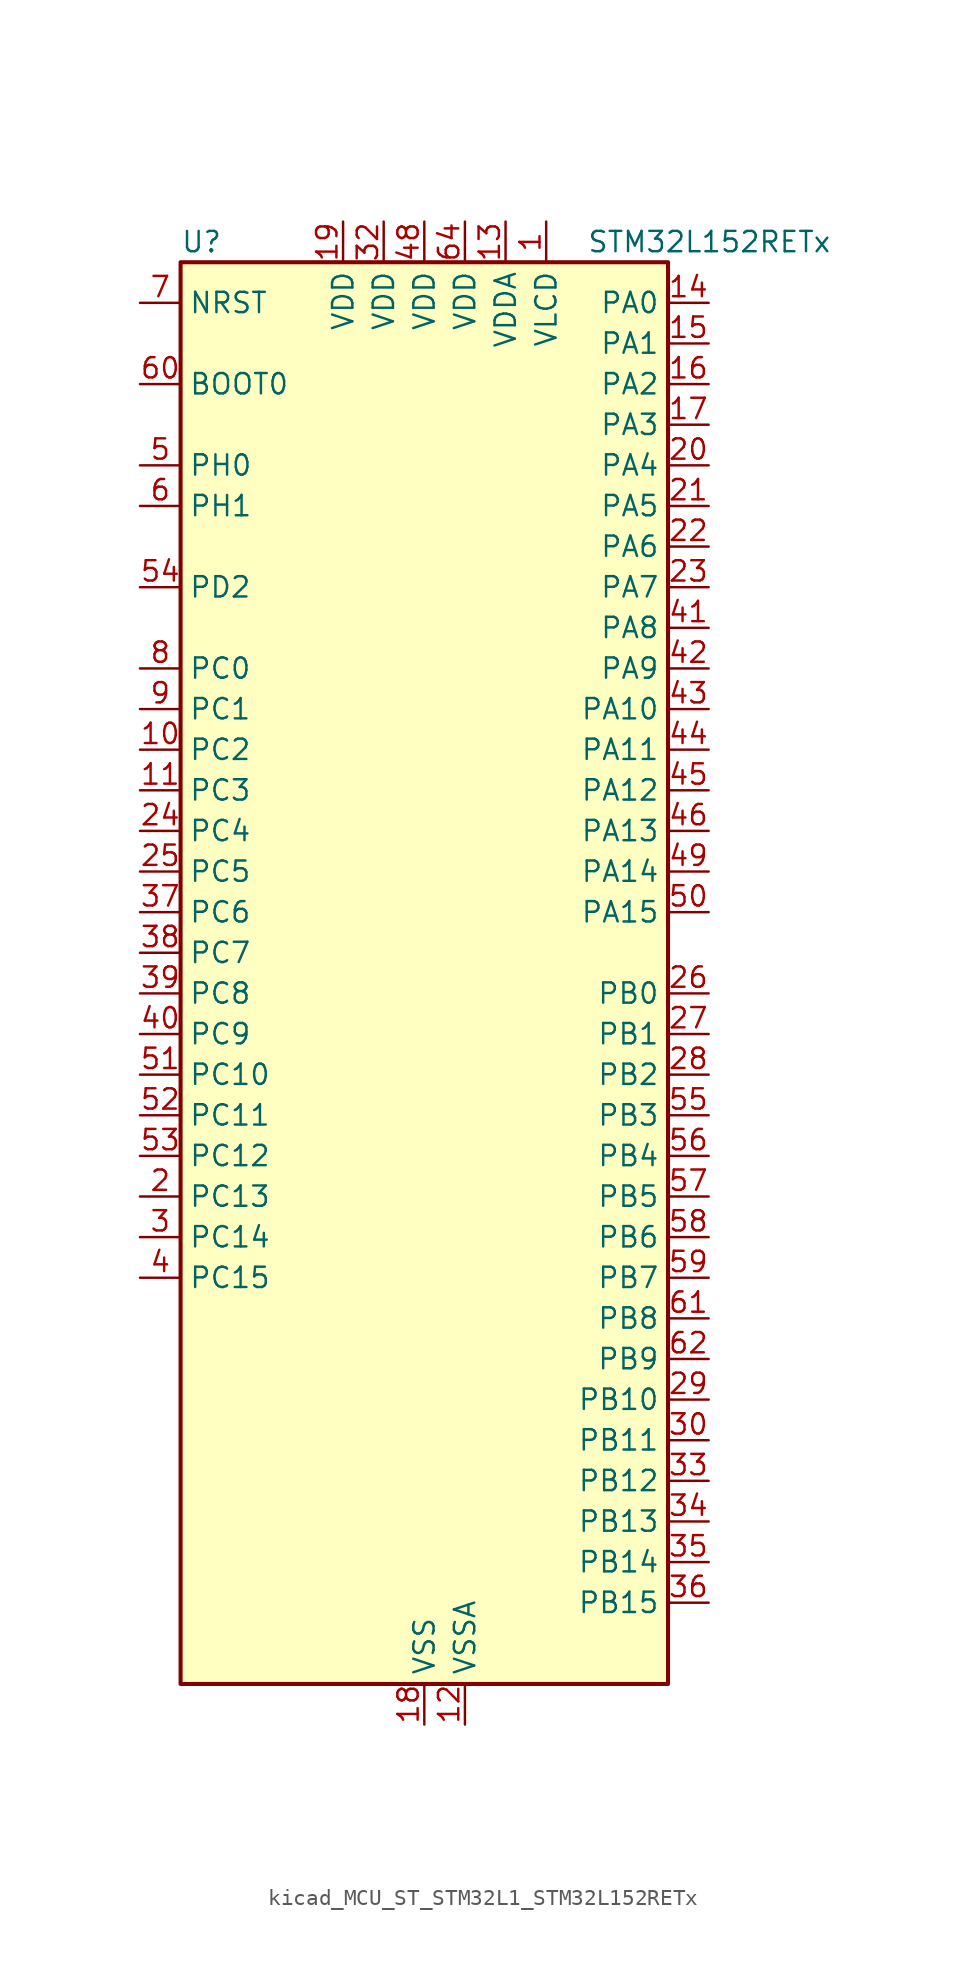
<source format=kicad_sym>
(kicad_symbol_lib
  (version 20220914)
  (generator kicad_symbol_editor)
  (symbol "kicad_MCU_ST_STM32L1_STM32L152RETx"
    (property "Reference" "U"
      (at -15.24 46.99 0)
      (effects (font (size 1.27 1.27)) (justify left)))
    (property "Value" "STM32L152RETx"
      (at 10.16 46.99 0)
      (effects (font (size 1.27 1.27)) (justify left)))
    (property "ki_locked" ""
      (at 0 0 0)
      (effects (font (size 1.27 1.27))))
    (symbol "kicad_MCU_ST_STM32L1_STM32L152RETx_0_1"
      (rectangle (start -15.24 -43.18) (end 15.24 45.72) (stroke (width 0.254) (type default)) (fill (type background))))
    (symbol "kicad_MCU_ST_STM32L1_STM32L152RETx_1_1"
      (pin power_in line (at 7.62 48.26 270) (length 2.54) (name "VLCD" (effects (font (size 1.27 1.27)))) (number "1" (effects (font (size 1.27 1.27)))))
      (pin bidirectional line (at -17.78 15.24 0) (length 2.54) (name "PC2" (effects (font (size 1.27 1.27)))) (number "10" (effects (font (size 1.27 1.27)))) (alternate "ADC_IN12" bidirectional line) (alternate "COMP1_INP" bidirectional line) (alternate "LCD_SEG20" bidirectional line) (alternate "TIMX_IC3" bidirectional line) (alternate "TS_G8_IO3" bidirectional line))
      (pin bidirectional line (at -17.78 12.7 0) (length 2.54) (name "PC3" (effects (font (size 1.27 1.27)))) (number "11" (effects (font (size 1.27 1.27)))) (alternate "ADC_IN13" bidirectional line) (alternate "COMP1_INP" bidirectional line) (alternate "LCD_SEG21" bidirectional line) (alternate "TIMX_IC4" bidirectional line) (alternate "TS_G8_IO4" bidirectional line))
      (pin power_in line (at 2.54 -45.72 90) (length 2.54) (name "VSSA" (effects (font (size 1.27 1.27)))) (number "12" (effects (font (size 1.27 1.27)))))
      (pin power_in line (at 5.08 48.26 270) (length 2.54) (name "VDDA" (effects (font (size 1.27 1.27)))) (number "13" (effects (font (size 1.27 1.27)))))
      (pin bidirectional line (at 17.78 43.18 180) (length 2.54) (name "PA0" (effects (font (size 1.27 1.27)))) (number "14" (effects (font (size 1.27 1.27)))) (alternate "ADC_IN0" bidirectional line) (alternate "COMP1_INP" bidirectional line) (alternate "RTC_TAMP2" bidirectional line) (alternate "SYS_WKUP1" bidirectional line) (alternate "TIM2_CH1" bidirectional line) (alternate "TIM2_ETR" bidirectional line) (alternate "TIM5_CH1" bidirectional line) (alternate "TIMX_IC1" bidirectional line) (alternate "TS_G1_IO1" bidirectional line) (alternate "USART2_CTS" bidirectional line))
      (pin bidirectional line (at 17.78 40.64 180) (length 2.54) (name "PA1" (effects (font (size 1.27 1.27)))) (number "15" (effects (font (size 1.27 1.27)))) (alternate "ADC_IN1" bidirectional line) (alternate "COMP1_INP" bidirectional line) (alternate "LCD_SEG0" bidirectional line) (alternate "OPAMP1_VINP" bidirectional line) (alternate "TIM2_CH2" bidirectional line) (alternate "TIM5_CH2" bidirectional line) (alternate "TIMX_IC2" bidirectional line) (alternate "TS_G1_IO2" bidirectional line) (alternate "USART2_RTS" bidirectional line))
      (pin bidirectional line (at 17.78 38.1 180) (length 2.54) (name "PA2" (effects (font (size 1.27 1.27)))) (number "16" (effects (font (size 1.27 1.27)))) (alternate "ADC_IN2" bidirectional line) (alternate "COMP1_INP" bidirectional line) (alternate "LCD_SEG1" bidirectional line) (alternate "OPAMP1_VINM" bidirectional line) (alternate "TIM2_CH3" bidirectional line) (alternate "TIM5_CH3" bidirectional line) (alternate "TIM9_CH1" bidirectional line) (alternate "TIMX_IC3" bidirectional line) (alternate "TS_G1_IO3" bidirectional line) (alternate "USART2_TX" bidirectional line))
      (pin bidirectional line (at 17.78 35.56 180) (length 2.54) (name "PA3" (effects (font (size 1.27 1.27)))) (number "17" (effects (font (size 1.27 1.27)))) (alternate "ADC_IN3" bidirectional line) (alternate "COMP1_INP" bidirectional line) (alternate "LCD_SEG2" bidirectional line) (alternate "OPAMP1_VOUT" bidirectional line) (alternate "TIM2_CH4" bidirectional line) (alternate "TIM5_CH4" bidirectional line) (alternate "TIM9_CH2" bidirectional line) (alternate "TIMX_IC4" bidirectional line) (alternate "TS_G1_IO4" bidirectional line) (alternate "USART2_RX" bidirectional line))
      (pin power_in line (at 0 -45.72 90) (length 2.54) (name "VSS" (effects (font (size 1.27 1.27)))) (number "18" (effects (font (size 1.27 1.27)))))
      (pin power_in line (at -5.08 48.26 270) (length 2.54) (name "VDD" (effects (font (size 1.27 1.27)))) (number "19" (effects (font (size 1.27 1.27)))))
      (pin bidirectional line (at -17.78 -12.7 0) (length 2.54) (name "PC13" (effects (font (size 1.27 1.27)))) (number "2" (effects (font (size 1.27 1.27)))) (alternate "RTC_OUT_ALARM" bidirectional line) (alternate "RTC_OUT_CALIB" bidirectional line) (alternate "RTC_TAMP1" bidirectional line) (alternate "RTC_TS" bidirectional line) (alternate "SYS_WKUP2" bidirectional line) (alternate "TIMX_IC2" bidirectional line))
      (pin bidirectional line (at 17.78 33.02 180) (length 2.54) (name "PA4" (effects (font (size 1.27 1.27)))) (number "20" (effects (font (size 1.27 1.27)))) (alternate "ADC_IN4" bidirectional line) (alternate "COMP1_INP" bidirectional line) (alternate "DAC_OUT1" bidirectional line) (alternate "I2S3_WS" bidirectional line) (alternate "SPI1_NSS" bidirectional line) (alternate "SPI3_NSS" bidirectional line) (alternate "TIMX_IC1" bidirectional line) (alternate "USART2_CK" bidirectional line))
      (pin bidirectional line (at 17.78 30.48 180) (length 2.54) (name "PA5" (effects (font (size 1.27 1.27)))) (number "21" (effects (font (size 1.27 1.27)))) (alternate "ADC_IN5" bidirectional line) (alternate "COMP1_INP" bidirectional line) (alternate "DAC_OUT2" bidirectional line) (alternate "SPI1_SCK" bidirectional line) (alternate "TIM2_CH1" bidirectional line) (alternate "TIM2_ETR" bidirectional line) (alternate "TIMX_IC2" bidirectional line))
      (pin bidirectional line (at 17.78 27.94 180) (length 2.54) (name "PA6" (effects (font (size 1.27 1.27)))) (number "22" (effects (font (size 1.27 1.27)))) (alternate "ADC_IN6" bidirectional line) (alternate "COMP1_INP" bidirectional line) (alternate "LCD_SEG3" bidirectional line) (alternate "OPAMP2_VINP" bidirectional line) (alternate "SPI1_MISO" bidirectional line) (alternate "TIM10_CH1" bidirectional line) (alternate "TIM3_CH1" bidirectional line) (alternate "TIMX_IC3" bidirectional line) (alternate "TS_G2_IO1" bidirectional line))
      (pin bidirectional line (at 17.78 25.4 180) (length 2.54) (name "PA7" (effects (font (size 1.27 1.27)))) (number "23" (effects (font (size 1.27 1.27)))) (alternate "ADC_IN7" bidirectional line) (alternate "COMP1_INP" bidirectional line) (alternate "LCD_SEG4" bidirectional line) (alternate "OPAMP2_VINM" bidirectional line) (alternate "SPI1_MOSI" bidirectional line) (alternate "TIM11_CH1" bidirectional line) (alternate "TIM3_CH2" bidirectional line) (alternate "TIMX_IC4" bidirectional line) (alternate "TS_G2_IO2" bidirectional line))
      (pin bidirectional line (at -17.78 10.16 0) (length 2.54) (name "PC4" (effects (font (size 1.27 1.27)))) (number "24" (effects (font (size 1.27 1.27)))) (alternate "ADC_IN14" bidirectional line) (alternate "COMP1_INP" bidirectional line) (alternate "LCD_SEG22" bidirectional line) (alternate "TIMX_IC1" bidirectional line) (alternate "TS_G9_IO1" bidirectional line))
      (pin bidirectional line (at -17.78 7.62 0) (length 2.54) (name "PC5" (effects (font (size 1.27 1.27)))) (number "25" (effects (font (size 1.27 1.27)))) (alternate "ADC_IN15" bidirectional line) (alternate "COMP1_INP" bidirectional line) (alternate "LCD_SEG23" bidirectional line) (alternate "TIMX_IC2" bidirectional line) (alternate "TS_G9_IO2" bidirectional line))
      (pin bidirectional line (at 17.78 0 180) (length 2.54) (name "PB0" (effects (font (size 1.27 1.27)))) (number "26" (effects (font (size 1.27 1.27)))) (alternate "ADC_IN8" bidirectional line) (alternate "COMP1_INP" bidirectional line) (alternate "LCD_SEG5" bidirectional line) (alternate "OPAMP2_VOUT" bidirectional line) (alternate "SYS_V_REF_OUT" bidirectional line) (alternate "TIM3_CH3" bidirectional line) (alternate "TS_G3_IO1" bidirectional line))
      (pin bidirectional line (at 17.78 -2.54 180) (length 2.54) (name "PB1" (effects (font (size 1.27 1.27)))) (number "27" (effects (font (size 1.27 1.27)))) (alternate "ADC_IN9" bidirectional line) (alternate "COMP1_INP" bidirectional line) (alternate "LCD_SEG6" bidirectional line) (alternate "SYS_V_REF_OUT" bidirectional line) (alternate "TIM3_CH4" bidirectional line) (alternate "TS_G3_IO2" bidirectional line))
      (pin bidirectional line (at 17.78 -5.08 180) (length 2.54) (name "PB2" (effects (font (size 1.27 1.27)))) (number "28" (effects (font (size 1.27 1.27)))) (alternate "ADC_IN0b" bidirectional line) (alternate "TS_G3_IO3" bidirectional line))
      (pin bidirectional line (at 17.78 -25.4 180) (length 2.54) (name "PB10" (effects (font (size 1.27 1.27)))) (number "29" (effects (font (size 1.27 1.27)))) (alternate "I2C2_SCL" bidirectional line) (alternate "LCD_SEG10" bidirectional line) (alternate "TIM2_CH3" bidirectional line) (alternate "USART3_TX" bidirectional line))
      (pin bidirectional line (at -17.78 -15.24 0) (length 2.54) (name "PC14" (effects (font (size 1.27 1.27)))) (number "3" (effects (font (size 1.27 1.27)))) (alternate "RCC_OSC32_IN" bidirectional line) (alternate "TIMX_IC3" bidirectional line))
      (pin bidirectional line (at 17.78 -27.94 180) (length 2.54) (name "PB11" (effects (font (size 1.27 1.27)))) (number "30" (effects (font (size 1.27 1.27)))) (alternate "ADC_EXTI11" bidirectional line) (alternate "I2C2_SDA" bidirectional line) (alternate "LCD_SEG11" bidirectional line) (alternate "TIM2_CH4" bidirectional line) (alternate "USART3_RX" bidirectional line))
      (pin passive line (at 0 -45.72 90) (length 2.54) hide (name "VSS" (effects (font (size 1.27 1.27)))) (number "31" (effects (font (size 1.27 1.27)))))
      (pin power_in line (at -2.54 48.26 270) (length 2.54) (name "VDD" (effects (font (size 1.27 1.27)))) (number "32" (effects (font (size 1.27 1.27)))))
      (pin bidirectional line (at 17.78 -30.48 180) (length 2.54) (name "PB12" (effects (font (size 1.27 1.27)))) (number "33" (effects (font (size 1.27 1.27)))) (alternate "ADC_IN18" bidirectional line) (alternate "COMP1_INP" bidirectional line) (alternate "I2C2_SMBA" bidirectional line) (alternate "I2S2_WS" bidirectional line) (alternate "LCD_SEG12" bidirectional line) (alternate "SPI2_NSS" bidirectional line) (alternate "TIM10_CH1" bidirectional line) (alternate "TS_G7_IO1" bidirectional line) (alternate "USART3_CK" bidirectional line))
      (pin bidirectional line (at 17.78 -33.02 180) (length 2.54) (name "PB13" (effects (font (size 1.27 1.27)))) (number "34" (effects (font (size 1.27 1.27)))) (alternate "ADC_IN19" bidirectional line) (alternate "COMP1_INP" bidirectional line) (alternate "I2S2_CK" bidirectional line) (alternate "LCD_SEG13" bidirectional line) (alternate "SPI2_SCK" bidirectional line) (alternate "TIM9_CH1" bidirectional line) (alternate "TS_G7_IO2" bidirectional line) (alternate "USART3_CTS" bidirectional line))
      (pin bidirectional line (at 17.78 -35.56 180) (length 2.54) (name "PB14" (effects (font (size 1.27 1.27)))) (number "35" (effects (font (size 1.27 1.27)))) (alternate "ADC_IN20" bidirectional line) (alternate "COMP1_INP" bidirectional line) (alternate "LCD_SEG14" bidirectional line) (alternate "SPI2_MISO" bidirectional line) (alternate "TIM9_CH2" bidirectional line) (alternate "TS_G7_IO3" bidirectional line) (alternate "USART3_RTS" bidirectional line))
      (pin bidirectional line (at 17.78 -38.1 180) (length 2.54) (name "PB15" (effects (font (size 1.27 1.27)))) (number "36" (effects (font (size 1.27 1.27)))) (alternate "ADC_EXTI15" bidirectional line) (alternate "ADC_IN21" bidirectional line) (alternate "COMP1_INP" bidirectional line) (alternate "I2S2_SD" bidirectional line) (alternate "LCD_SEG15" bidirectional line) (alternate "RTC_REFIN" bidirectional line) (alternate "SPI2_MOSI" bidirectional line) (alternate "TIM11_CH1" bidirectional line) (alternate "TS_G7_IO4" bidirectional line))
      (pin bidirectional line (at -17.78 5.08 0) (length 2.54) (name "PC6" (effects (font (size 1.27 1.27)))) (number "37" (effects (font (size 1.27 1.27)))) (alternate "I2S2_MCK" bidirectional line) (alternate "LCD_SEG24" bidirectional line) (alternate "TIM3_CH1" bidirectional line) (alternate "TIMX_IC3" bidirectional line) (alternate "TS_G10_IO1" bidirectional line))
      (pin bidirectional line (at -17.78 2.54 0) (length 2.54) (name "PC7" (effects (font (size 1.27 1.27)))) (number "38" (effects (font (size 1.27 1.27)))) (alternate "I2S3_MCK" bidirectional line) (alternate "LCD_SEG25" bidirectional line) (alternate "TIM3_CH2" bidirectional line) (alternate "TIMX_IC4" bidirectional line) (alternate "TS_G10_IO2" bidirectional line))
      (pin bidirectional line (at -17.78 0 0) (length 2.54) (name "PC8" (effects (font (size 1.27 1.27)))) (number "39" (effects (font (size 1.27 1.27)))) (alternate "LCD_SEG26" bidirectional line) (alternate "TIM3_CH3" bidirectional line) (alternate "TIMX_IC1" bidirectional line) (alternate "TS_G10_IO3" bidirectional line))
      (pin bidirectional line (at -17.78 -17.78 0) (length 2.54) (name "PC15" (effects (font (size 1.27 1.27)))) (number "4" (effects (font (size 1.27 1.27)))) (alternate "ADC_EXTI15" bidirectional line) (alternate "RCC_OSC32_OUT" bidirectional line) (alternate "TIMX_IC4" bidirectional line))
      (pin bidirectional line (at -17.78 -2.54 0) (length 2.54) (name "PC9" (effects (font (size 1.27 1.27)))) (number "40" (effects (font (size 1.27 1.27)))) (alternate "DAC_EXTI9" bidirectional line) (alternate "LCD_SEG27" bidirectional line) (alternate "TIM3_CH4" bidirectional line) (alternate "TIMX_IC2" bidirectional line) (alternate "TS_G10_IO4" bidirectional line))
      (pin bidirectional line (at 17.78 22.86 180) (length 2.54) (name "PA8" (effects (font (size 1.27 1.27)))) (number "41" (effects (font (size 1.27 1.27)))) (alternate "LCD_COM0" bidirectional line) (alternate "RCC_MCO" bidirectional line) (alternate "TIMX_IC1" bidirectional line) (alternate "TS_G4_IO1" bidirectional line) (alternate "USART1_CK" bidirectional line))
      (pin bidirectional line (at 17.78 20.32 180) (length 2.54) (name "PA9" (effects (font (size 1.27 1.27)))) (number "42" (effects (font (size 1.27 1.27)))) (alternate "DAC_EXTI9" bidirectional line) (alternate "LCD_COM1" bidirectional line) (alternate "TIMX_IC2" bidirectional line) (alternate "TS_G4_IO2" bidirectional line) (alternate "USART1_TX" bidirectional line))
      (pin bidirectional line (at 17.78 17.78 180) (length 2.54) (name "PA10" (effects (font (size 1.27 1.27)))) (number "43" (effects (font (size 1.27 1.27)))) (alternate "LCD_COM2" bidirectional line) (alternate "TIMX_IC3" bidirectional line) (alternate "TS_G4_IO3" bidirectional line) (alternate "USART1_RX" bidirectional line))
      (pin bidirectional line (at 17.78 15.24 180) (length 2.54) (name "PA11" (effects (font (size 1.27 1.27)))) (number "44" (effects (font (size 1.27 1.27)))) (alternate "ADC_EXTI11" bidirectional line) (alternate "SPI1_MISO" bidirectional line) (alternate "TIMX_IC4" bidirectional line) (alternate "USART1_CTS" bidirectional line) (alternate "USB_DM" bidirectional line))
      (pin bidirectional line (at 17.78 12.7 180) (length 2.54) (name "PA12" (effects (font (size 1.27 1.27)))) (number "45" (effects (font (size 1.27 1.27)))) (alternate "SPI1_MOSI" bidirectional line) (alternate "TIMX_IC1" bidirectional line) (alternate "USART1_RTS" bidirectional line) (alternate "USB_DP" bidirectional line))
      (pin bidirectional line (at 17.78 10.16 180) (length 2.54) (name "PA13" (effects (font (size 1.27 1.27)))) (number "46" (effects (font (size 1.27 1.27)))) (alternate "SYS_JTMS-SWDIO" bidirectional line) (alternate "TIMX_IC2" bidirectional line) (alternate "TS_G5_IO1" bidirectional line))
      (pin passive line (at 0 -45.72 90) (length 2.54) hide (name "VSS" (effects (font (size 1.27 1.27)))) (number "47" (effects (font (size 1.27 1.27)))))
      (pin power_in line (at 0 48.26 270) (length 2.54) (name "VDD" (effects (font (size 1.27 1.27)))) (number "48" (effects (font (size 1.27 1.27)))))
      (pin bidirectional line (at 17.78 7.62 180) (length 2.54) (name "PA14" (effects (font (size 1.27 1.27)))) (number "49" (effects (font (size 1.27 1.27)))) (alternate "SYS_JTCK-SWCLK" bidirectional line) (alternate "TIMX_IC3" bidirectional line) (alternate "TS_G5_IO2" bidirectional line))
      (pin bidirectional line (at -17.78 33.02 0) (length 2.54) (name "PH0" (effects (font (size 1.27 1.27)))) (number "5" (effects (font (size 1.27 1.27)))) (alternate "RCC_OSC_IN" bidirectional line))
      (pin bidirectional line (at 17.78 5.08 180) (length 2.54) (name "PA15" (effects (font (size 1.27 1.27)))) (number "50" (effects (font (size 1.27 1.27)))) (alternate "ADC_EXTI15" bidirectional line) (alternate "I2S3_WS" bidirectional line) (alternate "LCD_SEG17" bidirectional line) (alternate "SPI1_NSS" bidirectional line) (alternate "SPI3_NSS" bidirectional line) (alternate "SYS_JTDI" bidirectional line) (alternate "TIM2_CH1" bidirectional line) (alternate "TIM2_ETR" bidirectional line) (alternate "TIMX_IC4" bidirectional line) (alternate "TS_G5_IO3" bidirectional line))
      (pin bidirectional line (at -17.78 -5.08 0) (length 2.54) (name "PC10" (effects (font (size 1.27 1.27)))) (number "51" (effects (font (size 1.27 1.27)))) (alternate "I2S3_CK" bidirectional line) (alternate "LCD_COM4" bidirectional line) (alternate "LCD_SEG28" bidirectional line) (alternate "LCD_SEG40" bidirectional line) (alternate "SPI3_SCK" bidirectional line) (alternate "TIMX_IC3" bidirectional line) (alternate "UART4_TX" bidirectional line) (alternate "USART3_TX" bidirectional line))
      (pin bidirectional line (at -17.78 -7.62 0) (length 2.54) (name "PC11" (effects (font (size 1.27 1.27)))) (number "52" (effects (font (size 1.27 1.27)))) (alternate "ADC_EXTI11" bidirectional line) (alternate "LCD_COM5" bidirectional line) (alternate "LCD_SEG29" bidirectional line) (alternate "LCD_SEG41" bidirectional line) (alternate "SPI3_MISO" bidirectional line) (alternate "TIMX_IC4" bidirectional line) (alternate "UART4_RX" bidirectional line) (alternate "USART3_RX" bidirectional line))
      (pin bidirectional line (at -17.78 -10.16 0) (length 2.54) (name "PC12" (effects (font (size 1.27 1.27)))) (number "53" (effects (font (size 1.27 1.27)))) (alternate "I2S3_SD" bidirectional line) (alternate "LCD_COM6" bidirectional line) (alternate "LCD_SEG30" bidirectional line) (alternate "LCD_SEG42" bidirectional line) (alternate "SPI3_MOSI" bidirectional line) (alternate "TIMX_IC1" bidirectional line) (alternate "UART5_TX" bidirectional line) (alternate "USART3_CK" bidirectional line))
      (pin bidirectional line (at -17.78 25.4 0) (length 2.54) (name "PD2" (effects (font (size 1.27 1.27)))) (number "54" (effects (font (size 1.27 1.27)))) (alternate "LCD_COM7" bidirectional line) (alternate "LCD_SEG31" bidirectional line) (alternate "LCD_SEG43" bidirectional line) (alternate "TIM3_ETR" bidirectional line) (alternate "TIMX_IC3" bidirectional line) (alternate "UART5_RX" bidirectional line))
      (pin bidirectional line (at 17.78 -7.62 180) (length 2.54) (name "PB3" (effects (font (size 1.27 1.27)))) (number "55" (effects (font (size 1.27 1.27)))) (alternate "COMP2_INM" bidirectional line) (alternate "I2S3_CK" bidirectional line) (alternate "LCD_SEG7" bidirectional line) (alternate "SPI1_SCK" bidirectional line) (alternate "SPI3_SCK" bidirectional line) (alternate "SYS_JTDO-TRACESWO" bidirectional line) (alternate "TIM2_CH2" bidirectional line))
      (pin bidirectional line (at 17.78 -10.16 180) (length 2.54) (name "PB4" (effects (font (size 1.27 1.27)))) (number "56" (effects (font (size 1.27 1.27)))) (alternate "COMP2_INP" bidirectional line) (alternate "LCD_SEG8" bidirectional line) (alternate "SPI1_MISO" bidirectional line) (alternate "SPI3_MISO" bidirectional line) (alternate "SYS_JTRST" bidirectional line) (alternate "TIM3_CH1" bidirectional line) (alternate "TS_G6_IO1" bidirectional line))
      (pin bidirectional line (at 17.78 -12.7 180) (length 2.54) (name "PB5" (effects (font (size 1.27 1.27)))) (number "57" (effects (font (size 1.27 1.27)))) (alternate "COMP2_INP" bidirectional line) (alternate "I2C1_SMBA" bidirectional line) (alternate "I2S3_SD" bidirectional line) (alternate "LCD_SEG9" bidirectional line) (alternate "SPI1_MOSI" bidirectional line) (alternate "SPI3_MOSI" bidirectional line) (alternate "TIM3_CH2" bidirectional line) (alternate "TS_G6_IO2" bidirectional line))
      (pin bidirectional line (at 17.78 -15.24 180) (length 2.54) (name "PB6" (effects (font (size 1.27 1.27)))) (number "58" (effects (font (size 1.27 1.27)))) (alternate "COMP2_INP" bidirectional line) (alternate "I2C1_SCL" bidirectional line) (alternate "TIM4_CH1" bidirectional line) (alternate "TS_G6_IO3" bidirectional line) (alternate "USART1_TX" bidirectional line))
      (pin bidirectional line (at 17.78 -17.78 180) (length 2.54) (name "PB7" (effects (font (size 1.27 1.27)))) (number "59" (effects (font (size 1.27 1.27)))) (alternate "COMP2_INP" bidirectional line) (alternate "I2C1_SDA" bidirectional line) (alternate "SYS_PVD_IN" bidirectional line) (alternate "TIM4_CH2" bidirectional line) (alternate "TS_G6_IO4" bidirectional line) (alternate "USART1_RX" bidirectional line))
      (pin bidirectional line (at -17.78 30.48 0) (length 2.54) (name "PH1" (effects (font (size 1.27 1.27)))) (number "6" (effects (font (size 1.27 1.27)))) (alternate "RCC_OSC_OUT" bidirectional line))
      (pin input line (at -17.78 38.1 0) (length 2.54) (name "BOOT0" (effects (font (size 1.27 1.27)))) (number "60" (effects (font (size 1.27 1.27)))))
      (pin bidirectional line (at 17.78 -20.32 180) (length 2.54) (name "PB8" (effects (font (size 1.27 1.27)))) (number "61" (effects (font (size 1.27 1.27)))) (alternate "I2C1_SCL" bidirectional line) (alternate "LCD_SEG16" bidirectional line) (alternate "TIM10_CH1" bidirectional line) (alternate "TIM4_CH3" bidirectional line))
      (pin bidirectional line (at 17.78 -22.86 180) (length 2.54) (name "PB9" (effects (font (size 1.27 1.27)))) (number "62" (effects (font (size 1.27 1.27)))) (alternate "DAC_EXTI9" bidirectional line) (alternate "I2C1_SDA" bidirectional line) (alternate "LCD_COM3" bidirectional line) (alternate "TIM11_CH1" bidirectional line) (alternate "TIM4_CH4" bidirectional line))
      (pin passive line (at 0 -45.72 90) (length 2.54) hide (name "VSS" (effects (font (size 1.27 1.27)))) (number "63" (effects (font (size 1.27 1.27)))))
      (pin power_in line (at 2.54 48.26 270) (length 2.54) (name "VDD" (effects (font (size 1.27 1.27)))) (number "64" (effects (font (size 1.27 1.27)))))
      (pin input line (at -17.78 43.18 0) (length 2.54) (name "NRST" (effects (font (size 1.27 1.27)))) (number "7" (effects (font (size 1.27 1.27)))))
      (pin bidirectional line (at -17.78 20.32 0) (length 2.54) (name "PC0" (effects (font (size 1.27 1.27)))) (number "8" (effects (font (size 1.27 1.27)))) (alternate "ADC_IN10" bidirectional line) (alternate "COMP1_INP" bidirectional line) (alternate "LCD_SEG18" bidirectional line) (alternate "TIMX_IC1" bidirectional line) (alternate "TS_G8_IO1" bidirectional line))
      (pin bidirectional line (at -17.78 17.78 0) (length 2.54) (name "PC1" (effects (font (size 1.27 1.27)))) (number "9" (effects (font (size 1.27 1.27)))) (alternate "ADC_IN11" bidirectional line) (alternate "COMP1_INP" bidirectional line) (alternate "LCD_SEG19" bidirectional line) (alternate "TIMX_IC2" bidirectional line) (alternate "TS_G8_IO2" bidirectional line)))))
</source>
